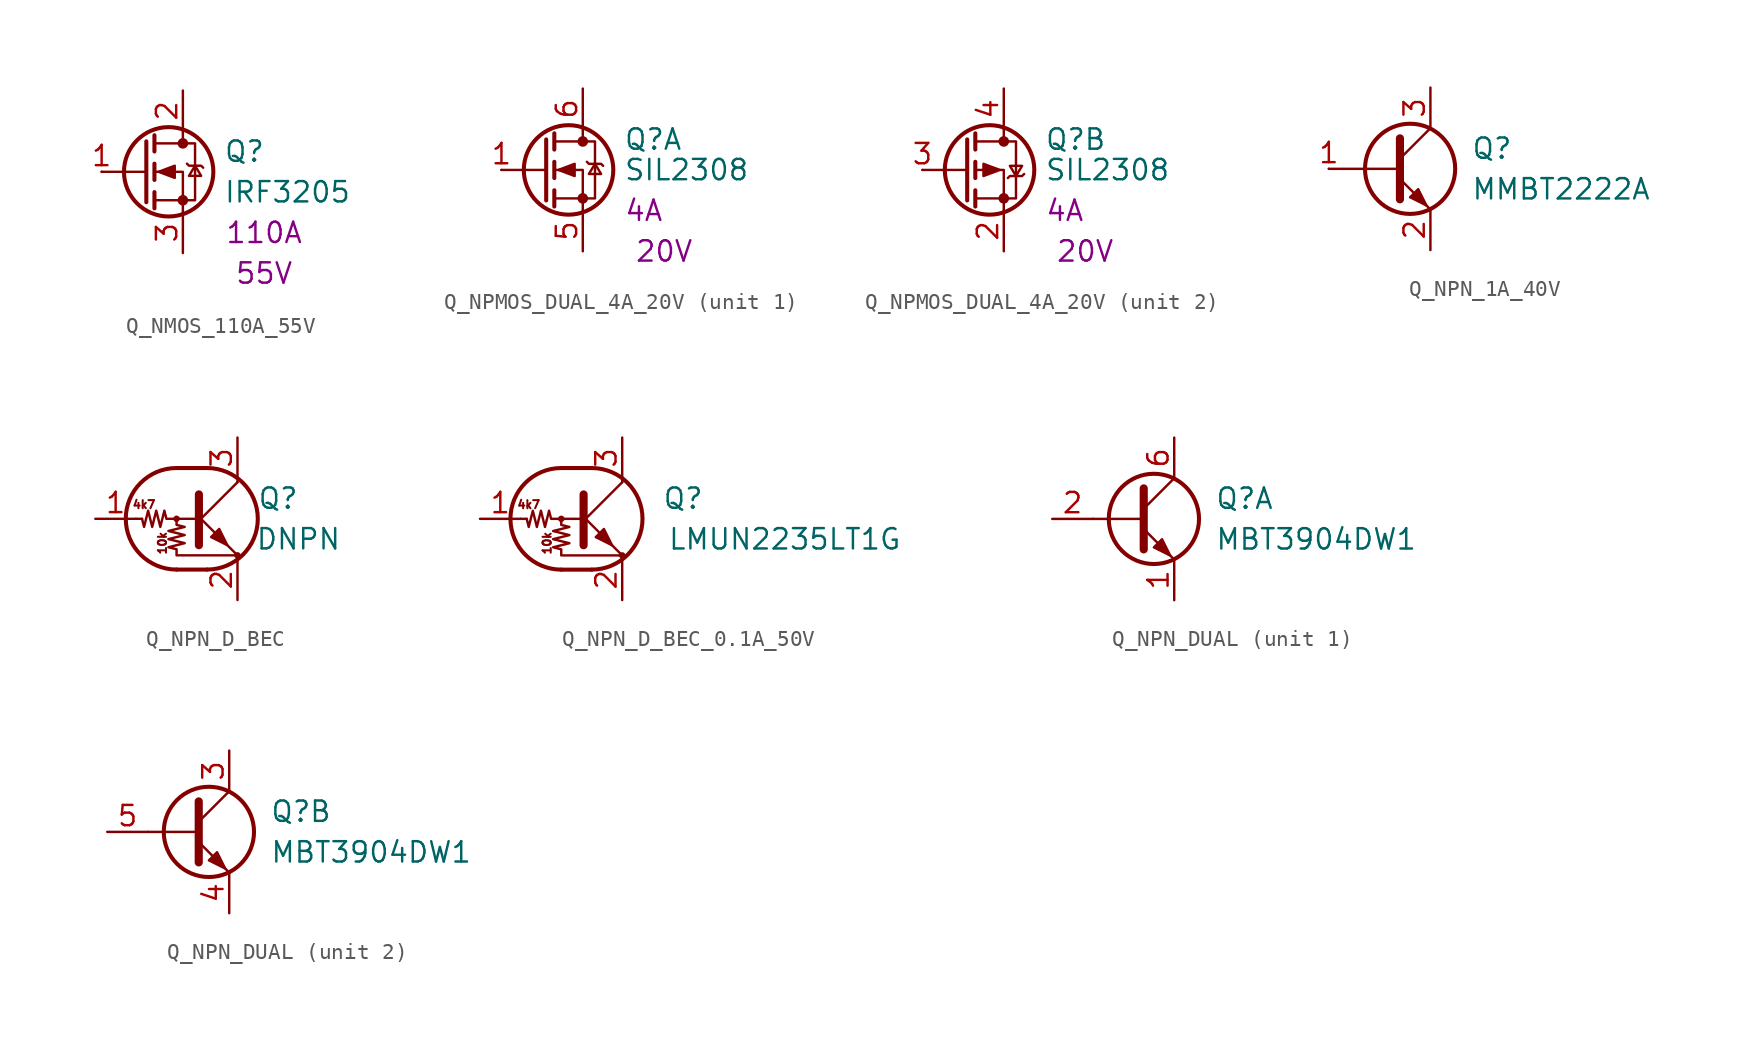
<source format=kicad_sym>
(kicad_symbol_lib
  (version 20241209)
  (generator "kicad_symbol_editor")
  (generator_version "9.0")
  (symbol "Q_NMOS_110A_55V"
    (pin_names
      (offset 0)
      (hide yes))
    (property "Reference" "Q"
      (at 5.08 1.27 0)
      (effects (font (size 1.27 1.27)) (justify left)))
    (property "Value" "IRF3205"
      (at 5.08 -1.27 0)
      (effects (font (size 1.27 1.27)) (justify left)))
    (property "IMax" "110A"
      (at 7.62 -3.81 0)
      (effects (font (size 1.27 1.27))))
    (property "VMax" "55V"
      (at 7.62 -6.35 0)
      (effects (font (size 1.27 1.27))))
    (symbol "Q_NMOS_110A_55V_0_1"
      (polyline (pts (xy 0.254 1.905) (xy 0.254 -1.905)) (stroke (width 0.254) (type default)) (fill (type none)))
      (polyline (pts (xy 0.254 0) (xy -2.54 0)) (stroke (width 0) (type default)) (fill (type none)))
      (polyline (pts (xy 0.762 2.286) (xy 0.762 1.27)) (stroke (width 0.254) (type default)) (fill (type none)))
      (polyline (pts (xy 0.762 0.508) (xy 0.762 -0.508)) (stroke (width 0.254) (type default)) (fill (type none)))
      (polyline (pts (xy 0.762 -1.27) (xy 0.762 -2.286)) (stroke (width 0.254) (type default)) (fill (type none)))
      (polyline (pts (xy 0.762 -1.778) (xy 3.302 -1.778) (xy 3.302 1.778) (xy 0.762 1.778)) (stroke (width 0) (type default)) (fill (type none)))
      (polyline (pts (xy 1.016 0) (xy 2.032 0.381) (xy 2.032 -0.381) (xy 1.016 0)) (stroke (width 0) (type default)) (fill (type outline)))
      (circle (center 1.651 0) (radius 2.794) (stroke (width 0.254) (type default)) (fill (type none)))
      (polyline (pts (xy 2.54 2.54) (xy 2.54 1.778)) (stroke (width 0) (type default)) (fill (type none)))
      (circle (center 2.54 1.778) (radius 0.254) (stroke (width 0) (type default)) (fill (type outline)))
      (circle (center 2.54 -1.778) (radius 0.254) (stroke (width 0) (type default)) (fill (type outline)))
      (polyline (pts (xy 2.54 -2.54) (xy 2.54 0) (xy 0.762 0)) (stroke (width 0) (type default)) (fill (type none)))
      (polyline (pts (xy 2.794 0.508) (xy 2.921 0.381) (xy 3.683 0.381) (xy 3.81 0.254)) (stroke (width 0) (type default)) (fill (type none)))
      (polyline (pts (xy 3.302 0.381) (xy 2.921 -0.254) (xy 3.683 -0.254) (xy 3.302 0.381)) (stroke (width 0) (type default)) (fill (type none))))
    (symbol "Q_NMOS_110A_55V_1_1"
      (pin input line (at -2.54 0 0) (length 0) (name "G" (effects (font (size 1.27 1.27)))) (number "1" (effects (font (size 1.27 1.27)))))
      (pin passive line (at 2.54 5.08 270) (length 2.54) (name "D" (effects (font (size 1.27 1.27)))) (number "2" (effects (font (size 1.27 1.27)))))
      (pin passive line (at 2.54 -5.08 90) (length 2.54) (name "S" (effects (font (size 1.27 1.27)))) (number "3" (effects (font (size 1.27 1.27)))))))
  (symbol "Q_NPMOS_DUAL_4A_20V"
    (pin_names
      (hide yes))
    (property "Reference" "Q"
      (at 5.08 1.905 0)
      (effects (font (size 1.27 1.27)) (justify left)))
    (property "Value" "SIL2308"
      (at 5.08 0 0)
      (effects (font (size 1.27 1.27)) (justify left)))
    (property "IMax" "4A"
      (at 6.35 -2.54 0)
      (effects (font (size 1.27 1.27))))
    (property "VMax" "20V"
      (at 7.62 -5.08 0)
      (effects (font (size 1.27 1.27))))
    (symbol "Q_NPMOS_DUAL_4A_20V_0_1"
      (polyline (pts (xy 0.254 1.905) (xy 0.254 -1.905)) (stroke (width 0.254) (type default)) (fill (type none)))
      (polyline (pts (xy 0.254 0) (xy -2.54 0)) (stroke (width 0) (type default)) (fill (type none)))
      (polyline (pts (xy 0.762 2.286) (xy 0.762 1.27)) (stroke (width 0.254) (type default)) (fill (type none)))
      (polyline (pts (xy 0.762 0.508) (xy 0.762 -0.508)) (stroke (width 0.254) (type default)) (fill (type none)))
      (polyline (pts (xy 0.762 -1.27) (xy 0.762 -2.286)) (stroke (width 0.254) (type default)) (fill (type none)))
      (polyline (pts (xy 0.762 -1.778) (xy 3.302 -1.778) (xy 3.302 1.778) (xy 0.762 1.778)) (stroke (width 0) (type default)) (fill (type none)))
      (circle (center 1.651 0) (radius 2.794) (stroke (width 0.254) (type default)) (fill (type none)))
      (polyline (pts (xy 2.54 2.54) (xy 2.54 1.778)) (stroke (width 0) (type default)) (fill (type none)))
      (circle (center 2.54 1.778) (radius 0.254) (stroke (width 0) (type default)) (fill (type outline)))
      (circle (center 2.54 -1.778) (radius 0.254) (stroke (width 0) (type default)) (fill (type outline)))
      (polyline (pts (xy 2.54 -2.54) (xy 2.54 0) (xy 0.762 0)) (stroke (width 0) (type default)) (fill (type none))))
    (symbol "Q_NPMOS_DUAL_4A_20V_1_1"
      (polyline (pts (xy 1.016 0) (xy 2.032 0.381) (xy 2.032 -0.381) (xy 1.016 0)) (stroke (width 0) (type default)) (fill (type outline)))
      (polyline (pts (xy 2.794 0.508) (xy 2.921 0.381) (xy 3.683 0.381) (xy 3.81 0.254)) (stroke (width 0) (type default)) (fill (type none)))
      (polyline (pts (xy 3.302 0.381) (xy 2.921 -0.254) (xy 3.683 -0.254) (xy 3.302 0.381)) (stroke (width 0) (type default)) (fill (type none)))
      (pin input line (at -2.54 0 0) (length 0) (name "G" (effects (font (size 1.27 1.27)))) (number "1" (effects (font (size 1.27 1.27)))))
      (pin passive line (at 2.54 5.08 270) (length 2.54) (name "D" (effects (font (size 1.27 1.27)))) (number "6" (effects (font (size 1.27 1.27)))))
      (pin passive line (at 2.54 -5.08 90) (length 2.54) (name "S" (effects (font (size 1.27 1.27)))) (number "5" (effects (font (size 1.27 1.27))))))
    (symbol "Q_NPMOS_DUAL_4A_20V_2_1"
      (polyline (pts (xy 2.286 0) (xy 1.27 0.381) (xy 1.27 -0.381) (xy 2.286 0)) (stroke (width 0) (type default)) (fill (type outline)))
      (polyline (pts (xy 2.794 -0.508) (xy 2.921 -0.381) (xy 3.683 -0.381) (xy 3.81 -0.254)) (stroke (width 0) (type default)) (fill (type none)))
      (polyline (pts (xy 3.302 -0.381) (xy 2.921 0.254) (xy 3.683 0.254) (xy 3.302 -0.381)) (stroke (width 0) (type default)) (fill (type none)))
      (pin input line (at -2.54 0 0) (length 0) (name "G" (effects (font (size 1.27 1.27)))) (number "3" (effects (font (size 1.27 1.27)))))
      (pin passive line (at 2.54 5.08 270) (length 2.54) (name "D" (effects (font (size 1.27 1.27)))) (number "4" (effects (font (size 1.27 1.27)))))
      (pin passive line (at 2.54 -5.08 90) (length 2.54) (name "1" (effects (font (size 1.27 1.27)))) (number "2" (effects (font (size 1.27 1.27)))))))
  (symbol "Q_NPN_1A_40V"
    (pin_names
      (offset 0)
      (hide yes))
    (property "Reference" "Q"
      (at 5.08 1.27 0)
      (effects (font (size 1.27 1.27)) (justify left)))
    (property "Value" "MMBT2222A"
      (at 5.08 -1.27 0)
      (effects (font (size 1.27 1.27)) (justify left)))
    (symbol "Q_NPN_1A_40V_0_1"
      (polyline (pts (xy 0.635 1.905) (xy 0.635 -1.905) (xy 0.635 -1.905)) (stroke (width 0.508) (type default)) (fill (type none)))
      (polyline (pts (xy 0.635 0.635) (xy 2.54 2.54)) (stroke (width 0) (type default)) (fill (type none)))
      (polyline (pts (xy 0.635 -0.635) (xy 2.54 -2.54) (xy 2.54 -2.54)) (stroke (width 0) (type default)) (fill (type none)))
      (polyline (pts (xy 1.27 -1.778) (xy 1.778 -1.27) (xy 2.286 -2.286) (xy 1.27 -1.778) (xy 1.27 -1.778)) (stroke (width 0) (type default)) (fill (type outline))))
    (symbol "Q_NPN_1A_40V_1_1"
      (polyline (pts (xy -3.81 0) (xy 0.635 0)) (stroke (width 0) (type default)) (fill (type none)))
      (circle (center 1.27 0) (radius 2.819) (stroke (width 0.254) (type default)) (fill (type none)))
      (pin input line (at -3.81 0 0) (length 0) (name "B" (effects (font (size 1.27 1.27)))) (number "1" (effects (font (size 1.27 1.27)))))
      (pin passive line (at 2.54 5.08 270) (length 2.54) (name "C" (effects (font (size 1.27 1.27)))) (number "3" (effects (font (size 1.27 1.27)))))
      (pin passive line (at 2.54 -5.08 90) (length 2.54) (name "E" (effects (font (size 1.27 1.27)))) (number "2" (effects (font (size 1.27 1.27)))))))
  (symbol "Q_NPN_D_BEC"
    (pin_names
      (offset 0)
      (hide yes))
    (property "Reference" "Q"
      (at 5.08 1.27 0)
      (effects (font (size 1.27 1.27))))
    (property "Value" "DNPN"
      (at 6.35 -1.27 0)
      (effects (font (size 1.27 1.27))))
    (symbol "Q_NPN_D_BEC_0_1"
      (polyline (pts (xy -3.429 0) (xy -3.81 0)) (stroke (width 0) (type default)) (fill (type none)))
      (polyline (pts (xy -1.27 3.175) (xy 0.635 3.175)) (stroke (width 0.254) (type default)) (fill (type none)))
      (circle (center -1.27 0) (radius 0.127) (stroke (width 0) (type default)) (fill (type none)))
      (polyline (pts (xy -1.27 0) (xy -1.27 -0.381) (xy -0.762 -0.508) (xy -1.778 -0.762) (xy -0.762 -1.016) (xy -1.778 -1.27) (xy -0.762 -1.524) (xy -1.778 -1.778) (xy -1.27 -1.905) (xy -1.27 -2.286) (xy 2.54 -2.286)) (stroke (width 0) (type default)) (fill (type none)))
      (polyline (pts (xy -1.27 -3.175) (xy 0.635 -3.175)) (stroke (width 0.254) (type default)) (fill (type none)))
      (arc (start -1.27 -3.175) (mid -4.4312 0) (end -1.27 3.175) (stroke (width 0.254) (type default)) (fill (type none)))
      (polyline (pts (xy 0 0) (xy -1.905 0) (xy -2.032 0.508) (xy -2.286 -0.508) (xy -2.54 0.508) (xy -2.794 -0.508) (xy -3.048 0.508) (xy -3.302 -0.508) (xy -3.429 0)) (stroke (width 0) (type default)) (fill (type none)))
      (polyline (pts (xy 0 -0.254) (xy 2.54 2.286)) (stroke (width 0) (type default)) (fill (type none)))
      (polyline (pts (xy 0.127 1.524) (xy 0.127 -1.651)) (stroke (width 0.508) (type default)) (fill (type outline)))
      (arc (start 0.635 3.175) (mid 3.7962 0) (end 0.635 -3.175) (stroke (width 0.254) (type default)) (fill (type none)))
      (polyline (pts (xy 0.889 -1.143) (xy 1.397 -0.635) (xy 1.905 -1.651) (xy 0.889 -1.143)) (stroke (width 0) (type default)) (fill (type outline)))
      (polyline (pts (xy 2.54 2.286) (xy 2.54 2.54)) (stroke (width 0) (type default)) (fill (type none)))
      (polyline (pts (xy 2.54 -2.286) (xy 0 0.254) (xy 0 0.254)) (stroke (width 0) (type default)) (fill (type none)))
      (circle (center 2.54 -2.286) (radius 0.127) (stroke (width 0) (type default)) (fill (type none))))
    (symbol "Q_NPN_D_BEC_1_0"
      (text "4k7" (at -3.302 0.889 0) (effects (font (size 0.508 0.508))))
      (text "10k" (at -2.159 -1.524 900) (effects (font (size 0.508 0.508)))))
    (symbol "Q_NPN_D_BEC_1_1"
      (pin input line (at -6.35 0 0) (length 2.54) (name "B" (effects (font (size 1.27 1.27)))) (number "1" (effects (font (size 1.27 1.27)))))
      (pin passive line (at 2.54 5.08 270) (length 2.54) (name "C" (effects (font (size 1.27 1.27)))) (number "3" (effects (font (size 1.27 1.27)))))
      (pin passive line (at 2.54 -5.08 90) (length 2.54) (name "E" (effects (font (size 1.27 1.27)))) (number "2" (effects (font (size 1.27 1.27)))))))
  (symbol "Q_NPN_D_BEC_0.1A_50V"
    (pin_names
      (offset 0)
      (hide yes))
    (property "Reference" "Q"
      (at 6.35 1.27 0)
      (effects (font (size 1.27 1.27))))
    (property "Value" "LMUN2235LT1G"
      (at 12.7 -1.27 0)
      (effects (font (size 1.27 1.27))))
    (symbol "Q_NPN_D_BEC_0.1A_50V_0_1"
      (polyline (pts (xy -3.429 0) (xy -3.81 0)) (stroke (width 0) (type default)) (fill (type none)))
      (polyline (pts (xy -1.27 3.175) (xy 0.635 3.175)) (stroke (width 0.254) (type default)) (fill (type none)))
      (circle (center -1.27 0) (radius 0.127) (stroke (width 0) (type default)) (fill (type none)))
      (polyline (pts (xy -1.27 0) (xy -1.27 -0.381) (xy -0.762 -0.508) (xy -1.778 -0.762) (xy -0.762 -1.016) (xy -1.778 -1.27) (xy -0.762 -1.524) (xy -1.778 -1.778) (xy -1.27 -1.905) (xy -1.27 -2.286) (xy 2.54 -2.286)) (stroke (width 0) (type default)) (fill (type none)))
      (polyline (pts (xy -1.27 -3.175) (xy 0.635 -3.175)) (stroke (width 0.254) (type default)) (fill (type none)))
      (arc (start -1.27 -3.175) (mid -4.4312 0) (end -1.27 3.175) (stroke (width 0.254) (type default)) (fill (type none)))
      (polyline (pts (xy 0 0) (xy -1.905 0) (xy -2.032 0.508) (xy -2.286 -0.508) (xy -2.54 0.508) (xy -2.794 -0.508) (xy -3.048 0.508) (xy -3.302 -0.508) (xy -3.429 0)) (stroke (width 0) (type default)) (fill (type none)))
      (polyline (pts (xy 0 -0.254) (xy 2.54 2.286)) (stroke (width 0) (type default)) (fill (type none)))
      (polyline (pts (xy 0.127 1.524) (xy 0.127 -1.651)) (stroke (width 0.508) (type default)) (fill (type outline)))
      (arc (start 0.635 3.175) (mid 3.7962 0) (end 0.635 -3.175) (stroke (width 0.254) (type default)) (fill (type none)))
      (polyline (pts (xy 0.889 -1.143) (xy 1.397 -0.635) (xy 1.905 -1.651) (xy 0.889 -1.143)) (stroke (width 0) (type default)) (fill (type outline)))
      (polyline (pts (xy 2.54 2.286) (xy 2.54 2.54)) (stroke (width 0) (type default)) (fill (type none)))
      (polyline (pts (xy 2.54 -2.286) (xy 0 0.254) (xy 0 0.254)) (stroke (width 0) (type default)) (fill (type none)))
      (circle (center 2.54 -2.286) (radius 0.127) (stroke (width 0) (type default)) (fill (type none))))
    (symbol "Q_NPN_D_BEC_0.1A_50V_1_0"
      (text "4k7" (at -3.302 0.889 0) (effects (font (size 0.508 0.508))))
      (text "10k" (at -2.159 -1.524 900) (effects (font (size 0.508 0.508)))))
    (symbol "Q_NPN_D_BEC_0.1A_50V_1_1"
      (pin input line (at -6.35 0 0) (length 2.54) (name "B" (effects (font (size 1.27 1.27)))) (number "1" (effects (font (size 1.27 1.27)))))
      (pin passive line (at 2.54 5.08 270) (length 2.54) (name "C" (effects (font (size 1.27 1.27)))) (number "3" (effects (font (size 1.27 1.27)))))
      (pin passive line (at 2.54 -5.08 90) (length 2.54) (name "E" (effects (font (size 1.27 1.27)))) (number "2" (effects (font (size 1.27 1.27)))))))
  (symbol "Q_NPN_DUAL"
    (pin_names
      (offset 0)
      (hide yes))
    (property "Reference" "Q"
      (at 5.08 1.27 0)
      (effects (font (size 1.27 1.27)) (justify left)))
    (property "Value" "MBT3904DW1"
      (at 5.08 -1.27 0)
      (effects (font (size 1.27 1.27)) (justify left)))
    (property "ki_locked" ""
      (at 0 0 0)
      (effects (font (size 1.27 1.27))))
    (symbol "Q_NPN_DUAL_0_1"
      (polyline (pts (xy 0.635 1.905) (xy 0.635 -1.905) (xy 0.635 -1.905)) (stroke (width 0.508) (type default)) (fill (type none)))
      (polyline (pts (xy 0.635 0.635) (xy 2.54 2.54)) (stroke (width 0) (type default)) (fill (type none)))
      (polyline (pts (xy 0.635 0) (xy -2.54 0)) (stroke (width 0) (type default)) (fill (type none)))
      (polyline (pts (xy 0.635 -0.635) (xy 2.54 -2.54) (xy 2.54 -2.54)) (stroke (width 0) (type default)) (fill (type none)))
      (circle (center 1.27 0) (radius 2.819) (stroke (width 0.254) (type default)) (fill (type none)))
      (polyline (pts (xy 1.27 -1.778) (xy 1.778 -1.27) (xy 2.286 -2.286) (xy 1.27 -1.778) (xy 1.27 -1.778)) (stroke (width 0) (type default)) (fill (type outline))))
    (symbol "Q_NPN_DUAL_1_1"
      (pin input line (at -5.08 0 0) (length 2.54) (name "B1" (effects (font (size 1.27 1.27)))) (number "2" (effects (font (size 1.27 1.27)))))
      (pin passive line (at 2.54 5.08 270) (length 2.54) (name "C1" (effects (font (size 1.27 1.27)))) (number "6" (effects (font (size 1.27 1.27)))))
      (pin passive line (at 2.54 -5.08 90) (length 2.54) (name "E1" (effects (font (size 1.27 1.27)))) (number "1" (effects (font (size 1.27 1.27))))))
    (symbol "Q_NPN_DUAL_2_1"
      (pin input line (at -5.08 0 0) (length 2.54) (name "B2" (effects (font (size 1.27 1.27)))) (number "5" (effects (font (size 1.27 1.27)))))
      (pin passive line (at 2.54 5.08 270) (length 2.54) (name "C2" (effects (font (size 1.27 1.27)))) (number "3" (effects (font (size 1.27 1.27)))))
      (pin passive line (at 2.54 -5.08 90) (length 2.54) (name "E2" (effects (font (size 1.27 1.27)))) (number "4" (effects (font (size 1.27 1.27))))))))
</source>
